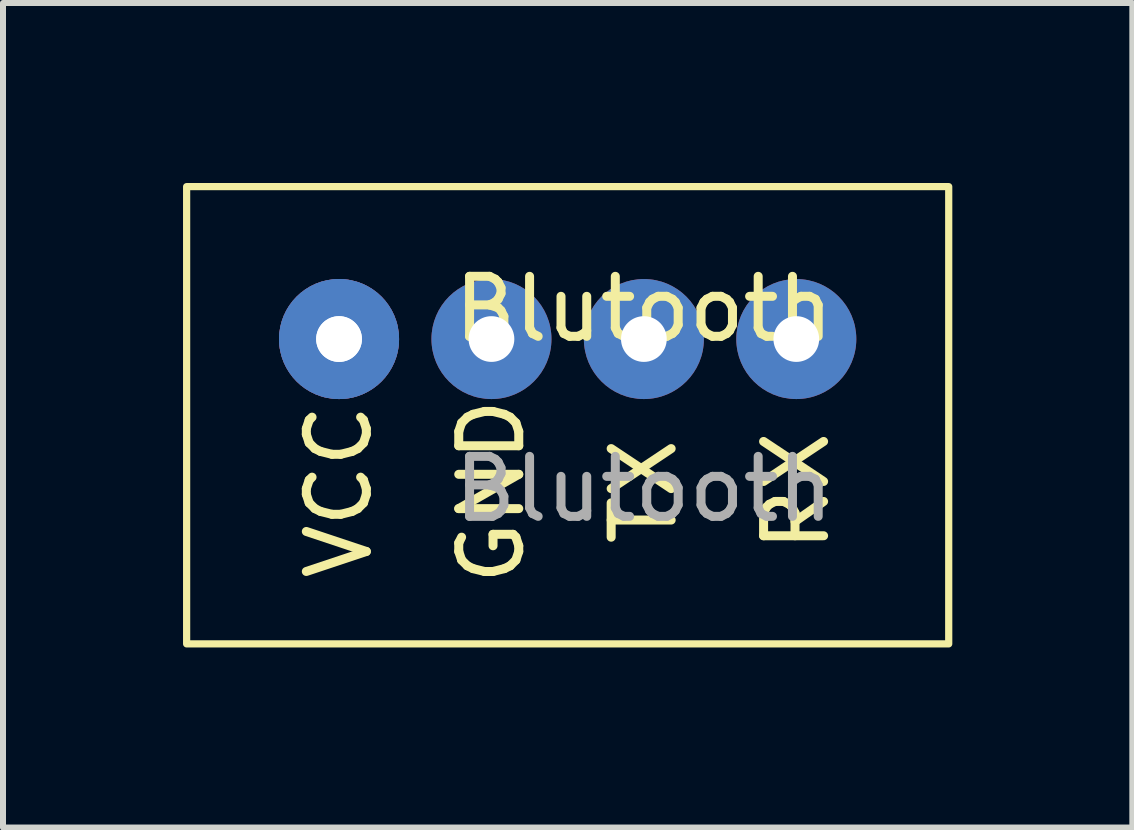
<source format=kicad_pcb>
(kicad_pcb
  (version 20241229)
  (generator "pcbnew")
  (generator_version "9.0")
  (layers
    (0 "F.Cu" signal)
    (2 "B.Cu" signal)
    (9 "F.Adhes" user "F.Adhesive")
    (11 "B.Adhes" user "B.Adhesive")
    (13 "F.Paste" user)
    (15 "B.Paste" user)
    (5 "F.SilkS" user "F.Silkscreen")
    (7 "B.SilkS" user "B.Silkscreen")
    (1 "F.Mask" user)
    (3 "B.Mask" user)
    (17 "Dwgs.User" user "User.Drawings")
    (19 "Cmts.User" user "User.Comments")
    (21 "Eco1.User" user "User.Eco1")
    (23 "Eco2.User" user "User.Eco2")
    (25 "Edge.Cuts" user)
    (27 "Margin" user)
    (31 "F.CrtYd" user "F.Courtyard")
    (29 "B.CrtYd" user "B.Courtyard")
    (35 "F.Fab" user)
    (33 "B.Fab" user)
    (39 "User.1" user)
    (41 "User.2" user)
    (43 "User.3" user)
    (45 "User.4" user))
  (footprint "Blutooth"
    (layer "F.Cu")
    (at 7.68 2.6)
    (property "Reference" "Blutooth" (at 0 -0.5 0) (unlocked yes) (layer "F.SilkS") (effects (font (size 1 1) (thickness 0.15))))
    (attr through_hole)
    (fp_rect (start -7.62 -2.54) (end 5.08 5.08) (stroke (width 0.12) (type solid)) (fill no) (layer "F.SilkS"))
    (fp_text user "TX" (at 0 2.54 90) (unlocked yes) (layer "F.SilkS") (effects (font (size 1 1) (thickness 0.15))))
    (fp_text user "GND" (at -2.54 2.54 90) (unlocked yes) (layer "F.SilkS") (effects (font (size 1 1) (thickness 0.15))))
    (fp_text user "RX" (at 2.54 2.54 90) (unlocked yes) (layer "F.SilkS") (effects (font (size 1 1) (thickness 0.15))))
    (fp_text user "VCC" (at -5.08 2.54 90) (unlocked yes) (layer "F.SilkS") (effects (font (size 1 1) (thickness 0.15))))
    (fp_text user "${REFERENCE}" (at 0 2.5 0) (unlocked yes) (layer "F.Fab") (effects (font (size 1 1) (thickness 0.15))))
    (pad "1" thru_hole circle (at -5.08 0) (size 2 2) (drill 0.762) (layers "*.Cu" "*.Mask"))
    (pad "2" thru_hole circle (at -2.54 0) (size 2 2) (drill 0.762) (layers "*.Cu" "*.Mask"))
    (pad "3" thru_hole circle (at 0 0) (size 2 2) (drill 0.762) (layers "*.Cu" "*.Mask"))
    (pad "4" thru_hole circle (at 2.54 0) (size 2 2) (drill 0.762) (layers "*.Cu" "*.Mask"))
    (pad "6" thru_hole circle (at -5.08 0) (size 2 2) (drill 0.762) (layers "*.Cu" "*.Mask")))
  (gr_rect
    (start -3 -3)
    (end 15.82 10.74)
    (stroke (width 0.1) (type default))
    (fill no)
    (layer "Edge.Cuts")))
</source>
